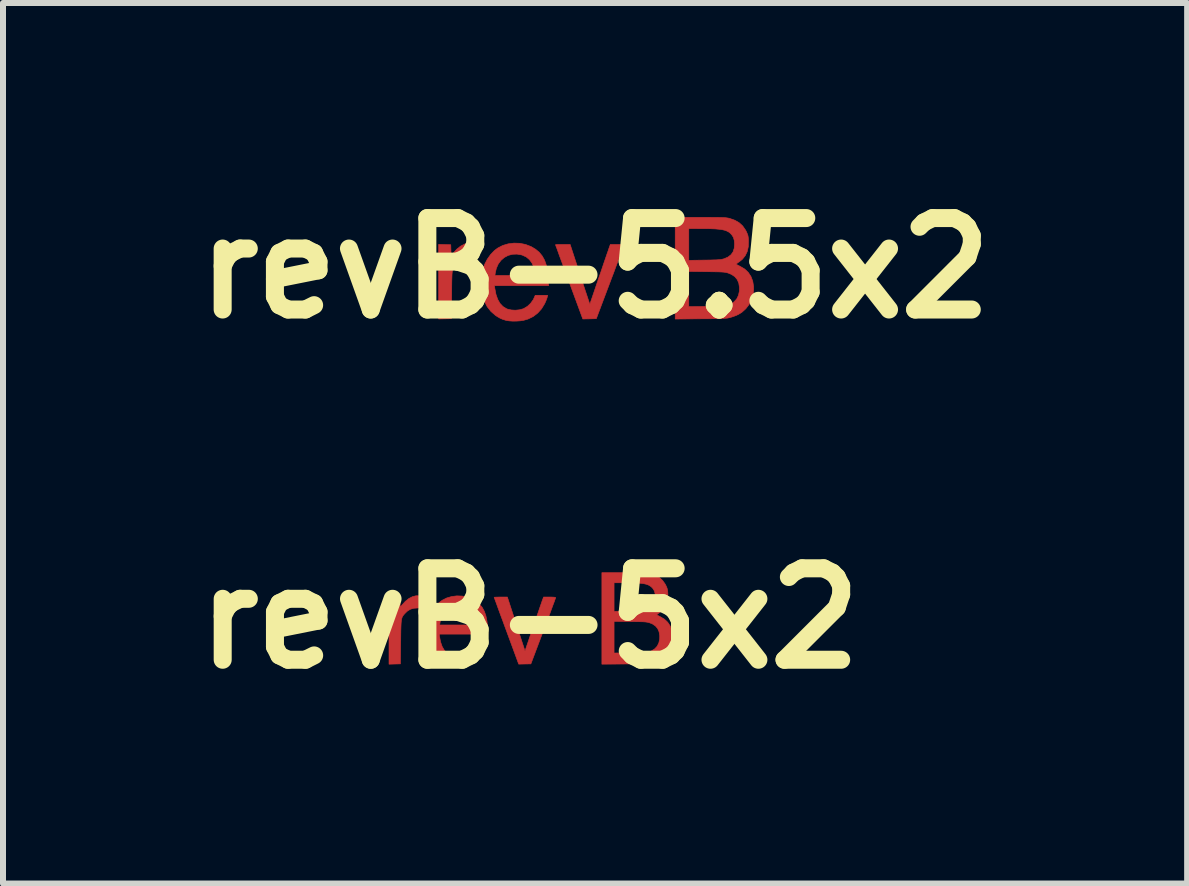
<source format=kicad_pcb>
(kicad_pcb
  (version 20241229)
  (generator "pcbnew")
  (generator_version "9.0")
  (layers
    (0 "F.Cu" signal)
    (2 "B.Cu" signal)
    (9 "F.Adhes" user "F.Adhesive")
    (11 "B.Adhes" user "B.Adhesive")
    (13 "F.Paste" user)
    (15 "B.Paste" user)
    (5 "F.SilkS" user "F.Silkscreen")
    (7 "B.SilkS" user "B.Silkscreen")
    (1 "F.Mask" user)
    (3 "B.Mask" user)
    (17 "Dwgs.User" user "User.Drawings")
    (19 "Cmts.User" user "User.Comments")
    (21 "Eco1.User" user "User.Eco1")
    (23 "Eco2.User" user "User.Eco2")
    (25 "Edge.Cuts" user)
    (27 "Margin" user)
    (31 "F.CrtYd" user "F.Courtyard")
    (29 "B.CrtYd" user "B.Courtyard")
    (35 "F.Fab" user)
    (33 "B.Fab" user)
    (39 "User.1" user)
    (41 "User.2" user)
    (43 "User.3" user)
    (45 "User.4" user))
  (footprint "revB-5.5x2"
    (layer "F.Cu")
    (at 6.865 1.418)
    (property "Reference" "revB-5.5x2" (at 0 0 0) (layer "F.SilkS") (effects (font (size 1.524 1.524) (thickness 0.3))))
    (attr through_hole)
    (fp_poly (pts (xy -2.04 -0.417) (xy -2.004 -0.412) (xy -2.004 -0.302) (xy -2.004 -0.193) (xy -2.081 -0.192) (xy -2.152 -0.186) (xy -2.21 -0.169) (xy -2.261 -0.138) (xy -2.3 -0.102) (xy -2.32 -0.082) (xy -2.336 -0.063) (xy -2.349 -0.045) (xy -2.36 -0.026) (xy -2.368 -0.003) (xy -2.374 0.025) (xy -2.379 0.06) (xy -2.383 0.104) (xy -2.385 0.159) (xy -2.387 0.226) (xy -2.388 0.308) (xy -2.389 0.407) (xy -2.389 0.437) (xy -2.394 0.842) (xy -2.606 0.847) (xy -2.606 -0.396) (xy -2.505 -0.393) (xy -2.404 -0.39) (xy -2.401 -0.298) (xy -2.398 -0.206) (xy -2.362 -0.251) (xy -2.302 -0.318) (xy -2.238 -0.368) (xy -2.172 -0.402) (xy -2.105 -0.419) (xy -2.04 -0.417)) (stroke (width 0.01) (type solid)) (fill yes) (layer "F.Cu"))
    (fp_poly (pts (xy -0.316 -0.092) (xy -0.288 -0.008) (xy -0.259 0.08) (xy -0.23 0.169) (xy -0.203 0.253) (xy -0.178 0.329) (xy -0.157 0.393) (xy -0.152 0.407) (xy -0.087 0.603) (xy 0.066 0.153) (xy 0.097 0.064) (xy 0.126 -0.022) (xy 0.153 -0.102) (xy 0.178 -0.174) (xy 0.199 -0.236) (xy 0.217 -0.286) (xy 0.229 -0.323) (xy 0.237 -0.344) (xy 0.237 -0.346) (xy 0.255 -0.395) (xy 0.368 -0.395) (xy 0.418 -0.395) (xy 0.452 -0.393) (xy 0.472 -0.39) (xy 0.479 -0.385) (xy 0.479 -0.383) (xy 0.476 -0.373) (xy 0.467 -0.346) (xy 0.452 -0.305) (xy 0.432 -0.25) (xy 0.407 -0.184) (xy 0.378 -0.107) (xy 0.346 -0.021) (xy 0.312 0.072) (xy 0.274 0.171) (xy 0.25 0.235) (xy 0.021 0.842) (xy -0.092 0.845) (xy -0.204 0.847) (xy -0.431 0.231) (xy -0.469 0.128) (xy -0.505 0.031) (xy -0.538 -0.06) (xy -0.569 -0.143) (xy -0.596 -0.216) (xy -0.618 -0.278) (xy -0.636 -0.328) (xy -0.65 -0.364) (xy -0.657 -0.385) (xy -0.659 -0.39) (xy -0.65 -0.392) (xy -0.626 -0.394) (xy -0.59 -0.395) (xy -0.545 -0.395) (xy -0.537 -0.395) (xy -0.415 -0.395) (xy -0.316 -0.092)) (stroke (width 0.01) (type solid)) (fill yes) (layer "F.Cu"))
    (fp_poly (pts (xy -1.254 -0.414) (xy -1.159 -0.395) (xy -1.07 -0.361) (xy -1.065 -0.359) (xy -0.991 -0.315) (xy -0.93 -0.264) (xy -0.88 -0.203) (xy -0.841 -0.133) (xy -0.812 -0.05) (xy -0.792 0.047) (xy -0.78 0.159) (xy -0.778 0.2) (xy -0.774 0.292) (xy -1.676 0.292) (xy -1.67 0.336) (xy -1.651 0.436) (xy -1.622 0.52) (xy -1.584 0.587) (xy -1.535 0.639) (xy -1.477 0.675) (xy -1.455 0.684) (xy -1.394 0.697) (xy -1.327 0.701) (xy -1.259 0.694) (xy -1.2 0.678) (xy -1.189 0.674) (xy -1.126 0.636) (xy -1.072 0.585) (xy -1.03 0.526) (xy -1.021 0.507) (xy -0.996 0.452) (xy -0.791 0.452) (xy -0.796 0.482) (xy -0.803 0.504) (xy -0.815 0.537) (xy -0.832 0.576) (xy -0.84 0.593) (xy -0.891 0.677) (xy -0.955 0.748) (xy -1.03 0.806) (xy -1.116 0.848) (xy -1.192 0.87) (xy -1.245 0.878) (xy -1.306 0.882) (xy -1.369 0.883) (xy -1.428 0.879) (xy -1.476 0.872) (xy -1.484 0.87) (xy -1.539 0.853) (xy -1.585 0.833) (xy -1.631 0.806) (xy -1.662 0.785) (xy -1.735 0.721) (xy -1.796 0.644) (xy -1.843 0.553) (xy -1.874 0.462) (xy -1.885 0.403) (xy -1.892 0.332) (xy -1.895 0.254) (xy -1.893 0.176) (xy -1.888 0.122) (xy -1.668 0.122) (xy -0.995 0.122) (xy -1 0.078) (xy -1.018 -0.009) (xy -1.049 -0.082) (xy -1.092 -0.141) (xy -1.147 -0.187) (xy -1.215 -0.218) (xy -1.223 -0.22) (xy -1.301 -0.234) (xy -1.377 -0.231) (xy -1.448 -0.212) (xy -1.512 -0.178) (xy -1.567 -0.13) (xy -1.612 -0.07) (xy -1.644 0.002) (xy -1.662 0.078) (xy -1.668 0.122) (xy -1.888 0.122) (xy -1.886 0.103) (xy -1.875 0.04) (xy -1.873 0.033) (xy -1.841 -0.061) (xy -1.796 -0.148) (xy -1.74 -0.227) (xy -1.677 -0.293) (xy -1.621 -0.335) (xy -1.538 -0.378) (xy -1.447 -0.405) (xy -1.351 -0.417) (xy -1.254 -0.414)) (stroke (width 0.01) (type solid)) (fill yes) (layer "F.Cu"))
    (fp_poly (pts (xy 1.854 -0.847) (xy 1.937 -0.846) (xy 2.006 -0.846) (xy 2.062 -0.845) (xy 2.107 -0.844) (xy 2.142 -0.843) (xy 2.171 -0.841) (xy 2.194 -0.838) (xy 2.214 -0.835) (xy 2.233 -0.831) (xy 2.244 -0.828) (xy 2.33 -0.798) (xy 2.401 -0.757) (xy 2.46 -0.703) (xy 2.508 -0.634) (xy 2.519 -0.614) (xy 2.535 -0.578) (xy 2.546 -0.549) (xy 2.552 -0.52) (xy 2.556 -0.483) (xy 2.557 -0.451) (xy 2.554 -0.358) (xy 2.536 -0.277) (xy 2.502 -0.207) (xy 2.454 -0.147) (xy 2.404 -0.107) (xy 2.377 -0.089) (xy 2.359 -0.074) (xy 2.352 -0.067) (xy 2.361 -0.06) (xy 2.382 -0.048) (xy 2.412 -0.033) (xy 2.42 -0.029) (xy 2.495 0.016) (xy 2.554 0.072) (xy 2.598 0.139) (xy 2.628 0.218) (xy 2.642 0.308) (xy 2.643 0.352) (xy 2.634 0.44) (xy 2.608 0.525) (xy 2.567 0.605) (xy 2.512 0.676) (xy 2.446 0.736) (xy 2.392 0.769) (xy 2.353 0.788) (xy 2.305 0.806) (xy 2.261 0.82) (xy 2.242 0.825) (xy 2.224 0.829) (xy 2.204 0.833) (xy 2.18 0.835) (xy 2.151 0.837) (xy 2.113 0.839) (xy 2.067 0.841) (xy 2.009 0.842) (xy 1.938 0.843) (xy 1.851 0.844) (xy 1.762 0.844) (xy 1.336 0.848) (xy 1.336 0.641) (xy 1.562 0.641) (xy 1.875 0.638) (xy 2.188 0.635) (xy 2.251 0.604) (xy 2.313 0.564) (xy 2.36 0.514) (xy 2.39 0.453) (xy 2.405 0.383) (xy 2.406 0.321) (xy 2.395 0.249) (xy 2.369 0.19) (xy 2.328 0.141) (xy 2.272 0.104) (xy 2.221 0.083) (xy 2.202 0.077) (xy 2.184 0.072) (xy 2.163 0.069) (xy 2.137 0.066) (xy 2.104 0.064) (xy 2.061 0.062) (xy 2.006 0.061) (xy 1.937 0.06) (xy 1.86 0.059) (xy 1.562 0.055) (xy 1.562 0.641) (xy 1.336 0.641) (xy 1.336 -0.13) (xy 1.562 -0.13) (xy 1.827 -0.134) (xy 1.907 -0.135) (xy 1.97 -0.137) (xy 2.02 -0.138) (xy 2.059 -0.141) (xy 2.089 -0.143) (xy 2.112 -0.147) (xy 2.133 -0.152) (xy 2.152 -0.157) (xy 2.152 -0.157) (xy 2.217 -0.186) (xy 2.266 -0.224) (xy 2.3 -0.272) (xy 2.319 -0.331) (xy 2.325 -0.398) (xy 2.32 -0.461) (xy 2.306 -0.512) (xy 2.279 -0.554) (xy 2.253 -0.582) (xy 2.227 -0.602) (xy 2.197 -0.618) (xy 2.162 -0.631) (xy 2.119 -0.641) (xy 2.066 -0.648) (xy 2.001 -0.654) (xy 1.923 -0.657) (xy 1.83 -0.658) (xy 1.771 -0.658) (xy 1.562 -0.659) (xy 1.562 -0.13) (xy 1.336 -0.13) (xy 1.336 -0.847) (xy 1.753 -0.847) (xy 1.854 -0.847)) (stroke (width 0.01) (type solid)) (fill yes) (layer "F.Cu")))
  (footprint "revB-5x2"
    (layer "F.Cu")
    (at 5.777 7.254)
    (property "Reference" "revB-5x2" (at 0 0 0) (layer "F.SilkS") (effects (font (size 1.524 1.524) (thickness 0.3))))
    (attr through_hole)
    (fp_poly (pts (xy -1.836 -0.376) (xy -1.803 -0.37) (xy -1.803 -0.272) (xy -1.804 -0.174) (xy -1.873 -0.173) (xy -1.937 -0.168) (xy -1.989 -0.152) (xy -2.035 -0.125) (xy -2.07 -0.092) (xy -2.088 -0.073) (xy -2.102 -0.057) (xy -2.114 -0.041) (xy -2.124 -0.023) (xy -2.131 -0.003) (xy -2.137 0.022) (xy -2.141 0.054) (xy -2.144 0.094) (xy -2.146 0.143) (xy -2.148 0.204) (xy -2.149 0.277) (xy -2.15 0.366) (xy -2.151 0.394) (xy -2.155 0.758) (xy -2.345 0.763) (xy -2.345 -0.356) (xy -2.163 -0.351) (xy -2.161 -0.268) (xy -2.158 -0.186) (xy -2.126 -0.226) (xy -2.071 -0.286) (xy -2.014 -0.331) (xy -1.954 -0.362) (xy -1.895 -0.377) (xy -1.836 -0.376)) (stroke (width 0.01) (type solid)) (fill yes) (layer "F.Cu"))
    (fp_poly (pts (xy -0.284 -0.083) (xy -0.259 -0.007) (xy -0.233 0.072) (xy -0.207 0.152) (xy -0.182 0.228) (xy -0.16 0.296) (xy -0.141 0.354) (xy -0.137 0.367) (xy -0.079 0.543) (xy 0.059 0.138) (xy 0.087 0.057) (xy 0.113 -0.02) (xy 0.138 -0.092) (xy 0.16 -0.156) (xy 0.179 -0.212) (xy 0.195 -0.257) (xy 0.206 -0.291) (xy 0.213 -0.31) (xy 0.214 -0.311) (xy 0.23 -0.356) (xy 0.331 -0.356) (xy 0.376 -0.355) (xy 0.407 -0.353) (xy 0.425 -0.351) (xy 0.431 -0.346) (xy 0.431 -0.345) (xy 0.429 -0.336) (xy 0.42 -0.311) (xy 0.407 -0.274) (xy 0.388 -0.225) (xy 0.366 -0.165) (xy 0.341 -0.096) (xy 0.312 -0.019) (xy 0.28 0.064) (xy 0.247 0.153) (xy 0.225 0.212) (xy 0.019 0.758) (xy -0.082 0.76) (xy -0.184 0.762) (xy -0.388 0.208) (xy -0.422 0.116) (xy -0.454 0.028) (xy -0.485 -0.054) (xy -0.512 -0.128) (xy -0.536 -0.194) (xy -0.556 -0.25) (xy -0.573 -0.295) (xy -0.585 -0.328) (xy -0.591 -0.347) (xy -0.593 -0.351) (xy -0.585 -0.353) (xy -0.563 -0.354) (xy -0.531 -0.355) (xy -0.491 -0.356) (xy -0.483 -0.356) (xy -0.373 -0.356) (xy -0.284 -0.083)) (stroke (width 0.01) (type solid)) (fill yes) (layer "F.Cu"))
    (fp_poly (pts (xy -1.129 -0.372) (xy -1.043 -0.356) (xy -0.963 -0.325) (xy -0.959 -0.323) (xy -0.892 -0.283) (xy -0.837 -0.237) (xy -0.792 -0.183) (xy -0.757 -0.119) (xy -0.731 -0.045) (xy -0.713 0.042) (xy -0.702 0.143) (xy -0.7 0.18) (xy -0.697 0.262) (xy -1.508 0.262) (xy -1.503 0.303) (xy -1.486 0.392) (xy -1.46 0.468) (xy -1.425 0.528) (xy -1.382 0.575) (xy -1.329 0.608) (xy -1.31 0.615) (xy -1.255 0.628) (xy -1.194 0.631) (xy -1.133 0.625) (xy -1.08 0.61) (xy -1.07 0.606) (xy -1.014 0.572) (xy -0.965 0.526) (xy -0.927 0.473) (xy -0.919 0.456) (xy -0.897 0.406) (xy -0.712 0.406) (xy -0.717 0.434) (xy -0.722 0.454) (xy -0.734 0.484) (xy -0.749 0.518) (xy -0.756 0.533) (xy -0.802 0.609) (xy -0.859 0.674) (xy -0.927 0.725) (xy -1.004 0.763) (xy -1.073 0.783) (xy -1.12 0.791) (xy -1.175 0.794) (xy -1.232 0.794) (xy -1.285 0.791) (xy -1.328 0.785) (xy -1.335 0.783) (xy -1.385 0.768) (xy -1.427 0.75) (xy -1.468 0.725) (xy -1.496 0.706) (xy -1.562 0.649) (xy -1.616 0.579) (xy -1.659 0.498) (xy -1.687 0.416) (xy -1.697 0.363) (xy -1.703 0.299) (xy -1.705 0.229) (xy -1.704 0.158) (xy -1.699 0.11) (xy -1.501 0.11) (xy -0.895 0.11) (xy -0.9 0.07) (xy -0.916 -0.008) (xy -0.944 -0.074) (xy -0.983 -0.127) (xy -1.033 -0.168) (xy -1.093 -0.196) (xy -1.1 -0.198) (xy -1.171 -0.211) (xy -1.239 -0.208) (xy -1.303 -0.191) (xy -1.36 -0.16) (xy -1.41 -0.117) (xy -1.451 -0.063) (xy -1.48 0.002) (xy -1.495 0.07) (xy -1.501 0.11) (xy -1.699 0.11) (xy -1.698 0.092) (xy -1.688 0.036) (xy -1.686 0.03) (xy -1.657 -0.054) (xy -1.616 -0.133) (xy -1.566 -0.204) (xy -1.509 -0.264) (xy -1.459 -0.302) (xy -1.384 -0.34) (xy -1.302 -0.364) (xy -1.216 -0.375) (xy -1.129 -0.372)) (stroke (width 0.01) (type solid)) (fill yes) (layer "F.Cu"))
    (fp_poly (pts (xy 1.668 -0.762) (xy 1.744 -0.762) (xy 1.805 -0.761) (xy 1.856 -0.761) (xy 1.896 -0.76) (xy 1.928 -0.758) (xy 1.954 -0.757) (xy 1.975 -0.754) (xy 1.993 -0.751) (xy 2.01 -0.747) (xy 2.019 -0.745) (xy 2.097 -0.719) (xy 2.161 -0.681) (xy 2.214 -0.632) (xy 2.257 -0.571) (xy 2.267 -0.552) (xy 2.282 -0.52) (xy 2.291 -0.494) (xy 2.297 -0.468) (xy 2.3 -0.434) (xy 2.302 -0.406) (xy 2.298 -0.322) (xy 2.282 -0.249) (xy 2.252 -0.186) (xy 2.209 -0.133) (xy 2.163 -0.096) (xy 2.14 -0.08) (xy 2.123 -0.067) (xy 2.117 -0.06) (xy 2.124 -0.054) (xy 2.143 -0.044) (xy 2.17 -0.03) (xy 2.178 -0.026) (xy 2.245 0.014) (xy 2.299 0.065) (xy 2.339 0.125) (xy 2.365 0.196) (xy 2.378 0.277) (xy 2.379 0.317) (xy 2.371 0.396) (xy 2.347 0.473) (xy 2.31 0.545) (xy 2.261 0.609) (xy 2.201 0.662) (xy 2.153 0.692) (xy 2.117 0.709) (xy 2.075 0.725) (xy 2.035 0.738) (xy 2.018 0.743) (xy 2.002 0.746) (xy 1.984 0.749) (xy 1.962 0.752) (xy 1.935 0.754) (xy 1.902 0.755) (xy 1.86 0.756) (xy 1.808 0.758) (xy 1.744 0.758) (xy 1.666 0.759) (xy 1.585 0.76) (xy 1.202 0.763) (xy 1.202 0.577) (xy 1.405 0.577) (xy 1.687 0.574) (xy 1.969 0.572) (xy 2.026 0.543) (xy 2.082 0.508) (xy 2.124 0.463) (xy 2.151 0.408) (xy 2.165 0.344) (xy 2.166 0.289) (xy 2.155 0.224) (xy 2.132 0.171) (xy 2.095 0.127) (xy 2.045 0.093) (xy 1.998 0.074) (xy 1.982 0.069) (xy 1.965 0.065) (xy 1.946 0.062) (xy 1.923 0.059) (xy 1.893 0.057) (xy 1.855 0.056) (xy 1.806 0.055) (xy 1.744 0.054) (xy 1.674 0.053) (xy 1.405 0.05) (xy 1.405 0.577) (xy 1.202 0.577) (xy 1.202 -0.117) (xy 1.405 -0.117) (xy 1.645 -0.121) (xy 1.716 -0.122) (xy 1.773 -0.123) (xy 1.818 -0.125) (xy 1.853 -0.127) (xy 1.88 -0.129) (xy 1.901 -0.132) (xy 1.92 -0.136) (xy 1.937 -0.142) (xy 1.937 -0.142) (xy 1.995 -0.167) (xy 2.04 -0.201) (xy 2.07 -0.244) (xy 2.087 -0.298) (xy 2.092 -0.358) (xy 2.088 -0.415) (xy 2.075 -0.461) (xy 2.051 -0.499) (xy 2.027 -0.524) (xy 2.004 -0.541) (xy 1.977 -0.556) (xy 1.945 -0.568) (xy 1.907 -0.577) (xy 1.859 -0.584) (xy 1.801 -0.588) (xy 1.731 -0.591) (xy 1.647 -0.592) (xy 1.594 -0.593) (xy 1.405 -0.593) (xy 1.405 -0.117) (xy 1.202 -0.117) (xy 1.202 -0.762) (xy 1.578 -0.762) (xy 1.668 -0.762)) (stroke (width 0.01) (type solid)) (fill yes) (layer "F.Cu")))
  (gr_rect
    (start -3 -3)
    (end 16.731 11.672)
    (stroke (width 0.1) (type default))
    (fill no)
    (layer "Edge.Cuts")))
</source>
